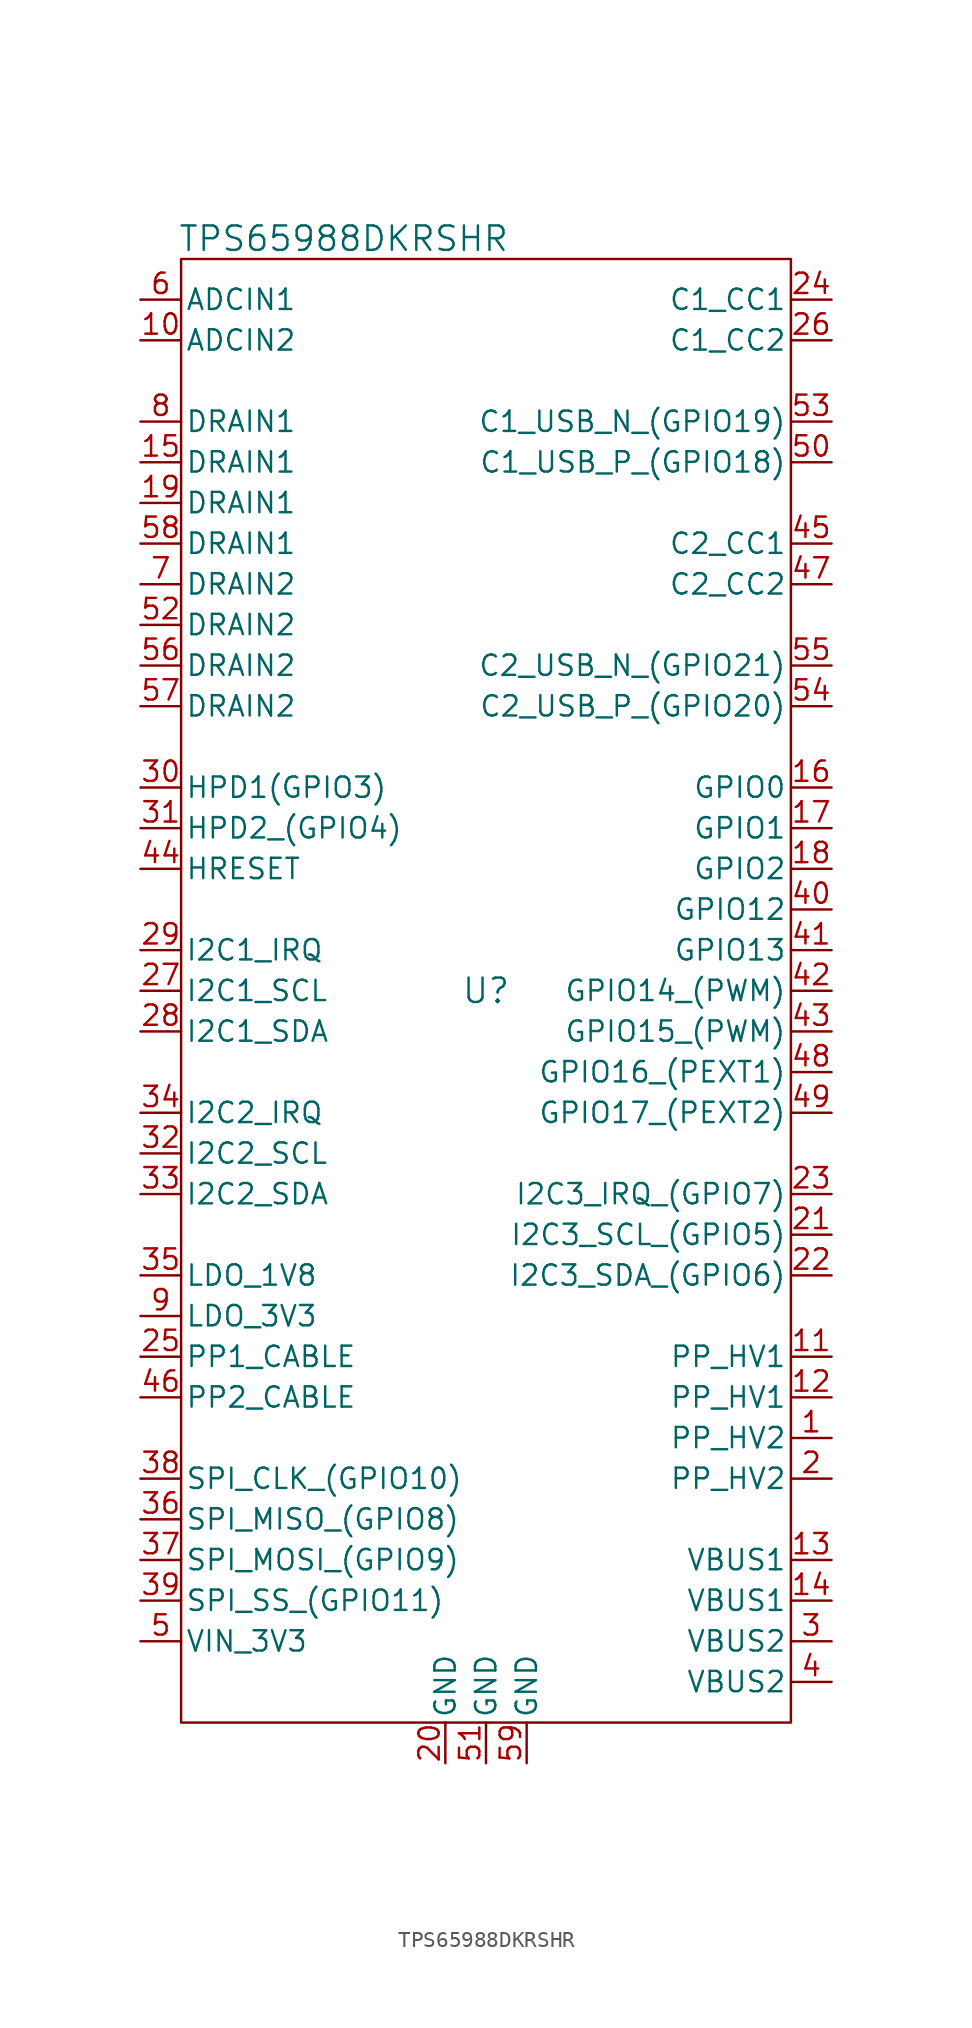
<source format=kicad_sym>
(kicad_symbol_lib
  (version 20231120)
  (generator "kicad_symbol_editor")
  (generator_version "8.0")
  (symbol "TPS65988DKRSHR"
    (pin_names
      (offset 0.254))
    (property "Reference" "U"
      (at 0 0 0)
      (effects (font (size 1.524 1.524))))
    (property "Value" "TPS65988DKRSHR"
      (at -8.89 46.99 0)
      (effects (font (size 1.524 1.524))))
    (symbol "TPS65988DKRSHR_1_1"
      (rectangle (start -19.05 45.72) (end 19.05 -45.72) (stroke (width 0) (type default)) (fill (type none)))
      (pin bidirectional line (at 21.59 -27.94 180) (length 2.54) (name "PP_HV2" (effects (font (size 1.27 1.27)))) (number "1" (effects (font (size 1.27 1.27)))))
      (pin input line (at -21.59 40.64 0) (length 2.54) (name "ADCIN2" (effects (font (size 1.27 1.27)))) (number "10" (effects (font (size 1.27 1.27)))))
      (pin bidirectional line (at 21.59 -22.86 180) (length 2.54) (name "PP_HV1" (effects (font (size 1.27 1.27)))) (number "11" (effects (font (size 1.27 1.27)))))
      (pin bidirectional line (at 21.59 -25.4 180) (length 2.54) (name "PP_HV1" (effects (font (size 1.27 1.27)))) (number "12" (effects (font (size 1.27 1.27)))))
      (pin bidirectional line (at 21.59 -35.56 180) (length 2.54) (name "VBUS1" (effects (font (size 1.27 1.27)))) (number "13" (effects (font (size 1.27 1.27)))))
      (pin bidirectional line (at 21.59 -38.1 180) (length 2.54) (name "VBUS1" (effects (font (size 1.27 1.27)))) (number "14" (effects (font (size 1.27 1.27)))))
      (pin input line (at -21.59 33.02 0) (length 2.54) (name "DRAIN1" (effects (font (size 1.27 1.27)))) (number "15" (effects (font (size 1.27 1.27)))))
      (pin bidirectional line (at 21.59 12.7 180) (length 2.54) (name "GPIO0" (effects (font (size 1.27 1.27)))) (number "16" (effects (font (size 1.27 1.27)))))
      (pin bidirectional line (at 21.59 10.16 180) (length 2.54) (name "GPIO1" (effects (font (size 1.27 1.27)))) (number "17" (effects (font (size 1.27 1.27)))))
      (pin bidirectional line (at 21.59 7.62 180) (length 2.54) (name "GPIO2" (effects (font (size 1.27 1.27)))) (number "18" (effects (font (size 1.27 1.27)))))
      (pin input line (at -21.59 30.48 0) (length 2.54) (name "DRAIN1" (effects (font (size 1.27 1.27)))) (number "19" (effects (font (size 1.27 1.27)))))
      (pin bidirectional line (at 21.59 -30.48 180) (length 2.54) (name "PP_HV2" (effects (font (size 1.27 1.27)))) (number "2" (effects (font (size 1.27 1.27)))))
      (pin power_out line (at -2.54 -48.26 90) (length 2.54) (name "GND" (effects (font (size 1.27 1.27)))) (number "20" (effects (font (size 1.27 1.27)))))
      (pin bidirectional line (at 21.59 -15.24 180) (length 2.54) (name "I2C3_SCL_(GPIO5)" (effects (font (size 1.27 1.27)))) (number "21" (effects (font (size 1.27 1.27)))))
      (pin bidirectional line (at 21.59 -17.78 180) (length 2.54) (name "I2C3_SDA_(GPIO6)" (effects (font (size 1.27 1.27)))) (number "22" (effects (font (size 1.27 1.27)))))
      (pin unspecified line (at 21.59 -12.7 180) (length 2.54) (name "I2C3_IRQ_(GPIO7)" (effects (font (size 1.27 1.27)))) (number "23" (effects (font (size 1.27 1.27)))))
      (pin bidirectional line (at 21.59 43.18 180) (length 2.54) (name "C1_CC1" (effects (font (size 1.27 1.27)))) (number "24" (effects (font (size 1.27 1.27)))))
      (pin bidirectional line (at -21.59 -22.86 0) (length 2.54) (name "PP1_CABLE" (effects (font (size 1.27 1.27)))) (number "25" (effects (font (size 1.27 1.27)))))
      (pin bidirectional line (at 21.59 40.64 180) (length 2.54) (name "C1_CC2" (effects (font (size 1.27 1.27)))) (number "26" (effects (font (size 1.27 1.27)))))
      (pin bidirectional line (at -21.59 0 0) (length 2.54) (name "I2C1_SCL" (effects (font (size 1.27 1.27)))) (number "27" (effects (font (size 1.27 1.27)))))
      (pin bidirectional line (at -21.59 -2.54 0) (length 2.54) (name "I2C1_SDA" (effects (font (size 1.27 1.27)))) (number "28" (effects (font (size 1.27 1.27)))))
      (pin unspecified line (at -21.59 2.54 0) (length 2.54) (name "I2C1_IRQ" (effects (font (size 1.27 1.27)))) (number "29" (effects (font (size 1.27 1.27)))))
      (pin bidirectional line (at 21.59 -40.64 180) (length 2.54) (name "VBUS2" (effects (font (size 1.27 1.27)))) (number "3" (effects (font (size 1.27 1.27)))))
      (pin bidirectional line (at -21.59 12.7 0) (length 2.54) (name "HPD1(GPIO3)" (effects (font (size 1.27 1.27)))) (number "30" (effects (font (size 1.27 1.27)))))
      (pin bidirectional line (at -21.59 10.16 0) (length 2.54) (name "HPD2_(GPIO4)" (effects (font (size 1.27 1.27)))) (number "31" (effects (font (size 1.27 1.27)))))
      (pin unspecified line (at -21.59 -10.16 0) (length 2.54) (name "I2C2_SCL" (effects (font (size 1.27 1.27)))) (number "32" (effects (font (size 1.27 1.27)))))
      (pin unspecified line (at -21.59 -12.7 0) (length 2.54) (name "I2C2_SDA" (effects (font (size 1.27 1.27)))) (number "33" (effects (font (size 1.27 1.27)))))
      (pin bidirectional line (at -21.59 -7.62 0) (length 2.54) (name "I2C2_IRQ" (effects (font (size 1.27 1.27)))) (number "34" (effects (font (size 1.27 1.27)))))
      (pin unspecified line (at -21.59 -17.78 0) (length 2.54) (name "LDO_1V8" (effects (font (size 1.27 1.27)))) (number "35" (effects (font (size 1.27 1.27)))))
      (pin unspecified line (at -21.59 -33.02 0) (length 2.54) (name "SPI_MISO_(GPIO8)" (effects (font (size 1.27 1.27)))) (number "36" (effects (font (size 1.27 1.27)))))
      (pin unspecified line (at -21.59 -35.56 0) (length 2.54) (name "SPI_MOSI_(GPIO9)" (effects (font (size 1.27 1.27)))) (number "37" (effects (font (size 1.27 1.27)))))
      (pin unspecified line (at -21.59 -30.48 0) (length 2.54) (name "SPI_CLK_(GPIO10)" (effects (font (size 1.27 1.27)))) (number "38" (effects (font (size 1.27 1.27)))))
      (pin unspecified line (at -21.59 -38.1 0) (length 2.54) (name "SPI_SS_(GPIO11)" (effects (font (size 1.27 1.27)))) (number "39" (effects (font (size 1.27 1.27)))))
      (pin bidirectional line (at 21.59 -43.18 180) (length 2.54) (name "VBUS2" (effects (font (size 1.27 1.27)))) (number "4" (effects (font (size 1.27 1.27)))))
      (pin bidirectional line (at 21.59 5.08 180) (length 2.54) (name "GPIO12" (effects (font (size 1.27 1.27)))) (number "40" (effects (font (size 1.27 1.27)))))
      (pin bidirectional line (at 21.59 2.54 180) (length 2.54) (name "GPIO13" (effects (font (size 1.27 1.27)))) (number "41" (effects (font (size 1.27 1.27)))))
      (pin bidirectional line (at 21.59 0 180) (length 2.54) (name "GPIO14_(PWM)" (effects (font (size 1.27 1.27)))) (number "42" (effects (font (size 1.27 1.27)))))
      (pin bidirectional line (at 21.59 -2.54 180) (length 2.54) (name "GPIO15_(PWM)" (effects (font (size 1.27 1.27)))) (number "43" (effects (font (size 1.27 1.27)))))
      (pin unspecified line (at -21.59 7.62 0) (length 2.54) (name "HRESET" (effects (font (size 1.27 1.27)))) (number "44" (effects (font (size 1.27 1.27)))))
      (pin bidirectional line (at 21.59 27.94 180) (length 2.54) (name "C2_CC1" (effects (font (size 1.27 1.27)))) (number "45" (effects (font (size 1.27 1.27)))))
      (pin bidirectional line (at -21.59 -25.4 0) (length 2.54) (name "PP2_CABLE" (effects (font (size 1.27 1.27)))) (number "46" (effects (font (size 1.27 1.27)))))
      (pin bidirectional line (at 21.59 25.4 180) (length 2.54) (name "C2_CC2" (effects (font (size 1.27 1.27)))) (number "47" (effects (font (size 1.27 1.27)))))
      (pin bidirectional line (at 21.59 -5.08 180) (length 2.54) (name "GPIO16_(PEXT1)" (effects (font (size 1.27 1.27)))) (number "48" (effects (font (size 1.27 1.27)))))
      (pin bidirectional line (at 21.59 -7.62 180) (length 2.54) (name "GPIO17_(PEXT2)" (effects (font (size 1.27 1.27)))) (number "49" (effects (font (size 1.27 1.27)))))
      (pin unspecified line (at -21.59 -40.64 0) (length 2.54) (name "VIN_3V3" (effects (font (size 1.27 1.27)))) (number "5" (effects (font (size 1.27 1.27)))))
      (pin bidirectional line (at 21.59 33.02 180) (length 2.54) (name "C1_USB_P_(GPIO18)" (effects (font (size 1.27 1.27)))) (number "50" (effects (font (size 1.27 1.27)))))
      (pin power_out line (at 0 -48.26 90) (length 2.54) (name "GND" (effects (font (size 1.27 1.27)))) (number "51" (effects (font (size 1.27 1.27)))))
      (pin input line (at -21.59 22.86 0) (length 2.54) (name "DRAIN2" (effects (font (size 1.27 1.27)))) (number "52" (effects (font (size 1.27 1.27)))))
      (pin bidirectional line (at 21.59 35.56 180) (length 2.54) (name "C1_USB_N_(GPIO19)" (effects (font (size 1.27 1.27)))) (number "53" (effects (font (size 1.27 1.27)))))
      (pin bidirectional line (at 21.59 17.78 180) (length 2.54) (name "C2_USB_P_(GPIO20)" (effects (font (size 1.27 1.27)))) (number "54" (effects (font (size 1.27 1.27)))))
      (pin bidirectional line (at 21.59 20.32 180) (length 2.54) (name "C2_USB_N_(GPIO21)" (effects (font (size 1.27 1.27)))) (number "55" (effects (font (size 1.27 1.27)))))
      (pin input line (at -21.59 20.32 0) (length 2.54) (name "DRAIN2" (effects (font (size 1.27 1.27)))) (number "56" (effects (font (size 1.27 1.27)))))
      (pin input line (at -21.59 17.78 0) (length 2.54) (name "DRAIN2" (effects (font (size 1.27 1.27)))) (number "57" (effects (font (size 1.27 1.27)))))
      (pin input line (at -21.59 27.94 0) (length 2.54) (name "DRAIN1" (effects (font (size 1.27 1.27)))) (number "58" (effects (font (size 1.27 1.27)))))
      (pin power_out line (at 2.54 -48.26 90) (length 2.54) (name "GND" (effects (font (size 1.27 1.27)))) (number "59" (effects (font (size 1.27 1.27)))))
      (pin input line (at -21.59 43.18 0) (length 2.54) (name "ADCIN1" (effects (font (size 1.27 1.27)))) (number "6" (effects (font (size 1.27 1.27)))))
      (pin input line (at -21.59 25.4 0) (length 2.54) (name "DRAIN2" (effects (font (size 1.27 1.27)))) (number "7" (effects (font (size 1.27 1.27)))))
      (pin input line (at -21.59 35.56 0) (length 2.54) (name "DRAIN1" (effects (font (size 1.27 1.27)))) (number "8" (effects (font (size 1.27 1.27)))))
      (pin bidirectional line (at -21.59 -20.32 0) (length 2.54) (name "LDO_3V3" (effects (font (size 1.27 1.27)))) (number "9" (effects (font (size 1.27 1.27))))))))
</source>
